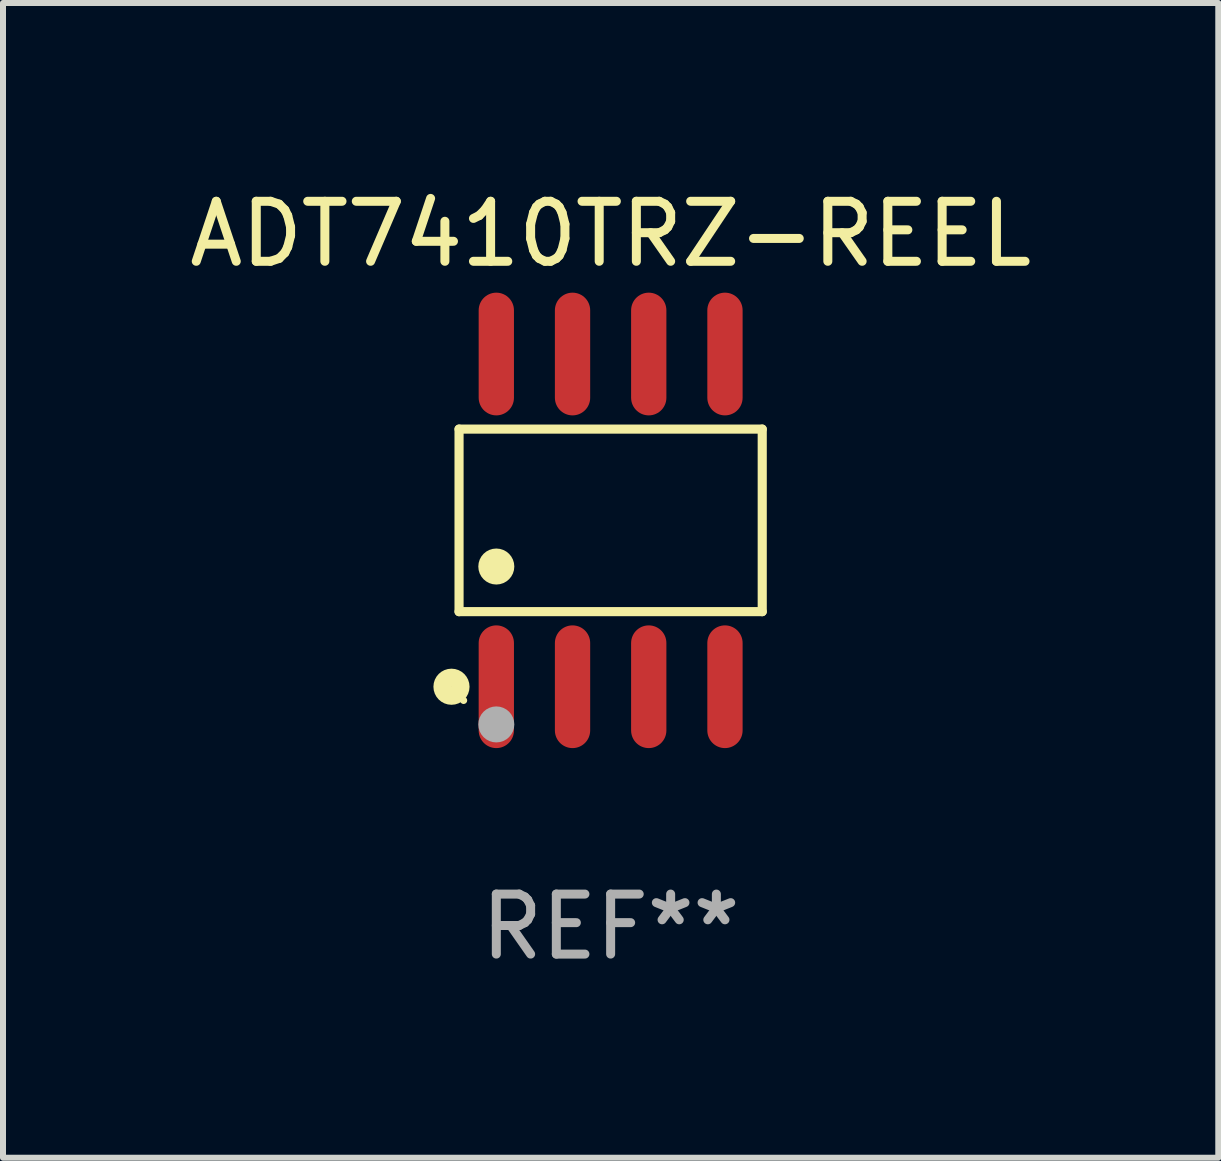
<source format=kicad_pcb>
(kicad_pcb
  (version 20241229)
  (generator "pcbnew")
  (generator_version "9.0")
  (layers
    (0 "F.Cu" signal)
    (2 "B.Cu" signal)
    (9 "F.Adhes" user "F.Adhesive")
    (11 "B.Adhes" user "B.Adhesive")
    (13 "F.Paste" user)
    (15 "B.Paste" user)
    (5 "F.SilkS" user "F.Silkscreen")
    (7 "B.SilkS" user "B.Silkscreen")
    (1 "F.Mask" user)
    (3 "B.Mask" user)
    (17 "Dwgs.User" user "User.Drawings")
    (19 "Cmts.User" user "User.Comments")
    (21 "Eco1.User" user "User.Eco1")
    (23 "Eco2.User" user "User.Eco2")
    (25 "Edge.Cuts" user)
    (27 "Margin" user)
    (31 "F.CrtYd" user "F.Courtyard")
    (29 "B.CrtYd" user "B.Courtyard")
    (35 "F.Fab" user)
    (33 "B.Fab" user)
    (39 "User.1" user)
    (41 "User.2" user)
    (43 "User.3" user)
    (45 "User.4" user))
  (footprint "ADT7410TRZ-REEL"
    (layer "F.Cu")
    (at 7.125 5.621)
    (property "Reference" "ADT7410TRZ-REEL" (at 0 -4.772 0) (layer "F.SilkS") (effects (font (size 1 1) (thickness 0.15))))
    (attr through_hole)
    (fp_line (start -2.526 -1.521) (end 2.526 -1.521) (stroke (width 0.152) (type solid)) (layer "F.SilkS"))
    (fp_line (start -2.526 1.521) (end -2.526 -1.521) (stroke (width 0.152) (type solid)) (layer "F.SilkS"))
    (fp_line (start 2.526 -1.521) (end 2.526 1.521) (stroke (width 0.152) (type solid)) (layer "F.SilkS"))
    (fp_line (start 2.526 1.521) (end -2.526 1.521) (stroke (width 0.152) (type solid)) (layer "F.SilkS"))
    (fp_circle (center -2.652 2.772) (end -2.501 2.772) (stroke (width 0.3) (type solid)) (fill no) (layer "F.SilkS"))
    (fp_circle (center -2.45 3) (end -2.42 3) (stroke (width 0.06) (type solid)) (fill no) (layer "F.SilkS"))
    (fp_circle (center -1.905 0.769) (end -1.755 0.769) (stroke (width 0.3) (type solid)) (fill no) (layer "F.SilkS"))
    (fp_circle (center -1.905 3.4) (end -1.755 3.4) (stroke (width 0.3) (type solid)) (fill no) (layer "F.Fab"))
    (fp_text user "REF**" (at 0 6.772 0) (layer "F.Fab") (effects (font (size 1 1) (thickness 0.15))))
    (pad "1" smd oval (at -1.905 2.772) (size 0.588 2.045) (layers "F.Cu" "F.Mask" "F.Paste"))
    (pad "2" smd oval (at -0.635 2.772) (size 0.588 2.045) (layers "F.Cu" "F.Mask" "F.Paste"))
    (pad "3" smd oval (at 0.635 2.772) (size 0.588 2.045) (layers "F.Cu" "F.Mask" "F.Paste"))
    (pad "4" smd oval (at 1.905 2.772) (size 0.588 2.045) (layers "F.Cu" "F.Mask" "F.Paste"))
    (pad "5" smd oval (at 1.905 -2.772) (size 0.588 2.045) (layers "F.Cu" "F.Mask" "F.Paste"))
    (pad "6" smd oval (at 0.635 -2.772) (size 0.588 2.045) (layers "F.Cu" "F.Mask" "F.Paste"))
    (pad "7" smd oval (at -0.635 -2.772) (size 0.588 2.045) (layers "F.Cu" "F.Mask" "F.Paste"))
    (pad "8" smd oval (at -1.905 -2.772) (size 0.588 2.045) (layers "F.Cu" "F.Mask" "F.Paste")))
  (gr_rect
    (start -3 -3)
    (end 17.25 16.241)
    (stroke (width 0.1) (type default))
    (fill no)
    (layer "Edge.Cuts")))
</source>
